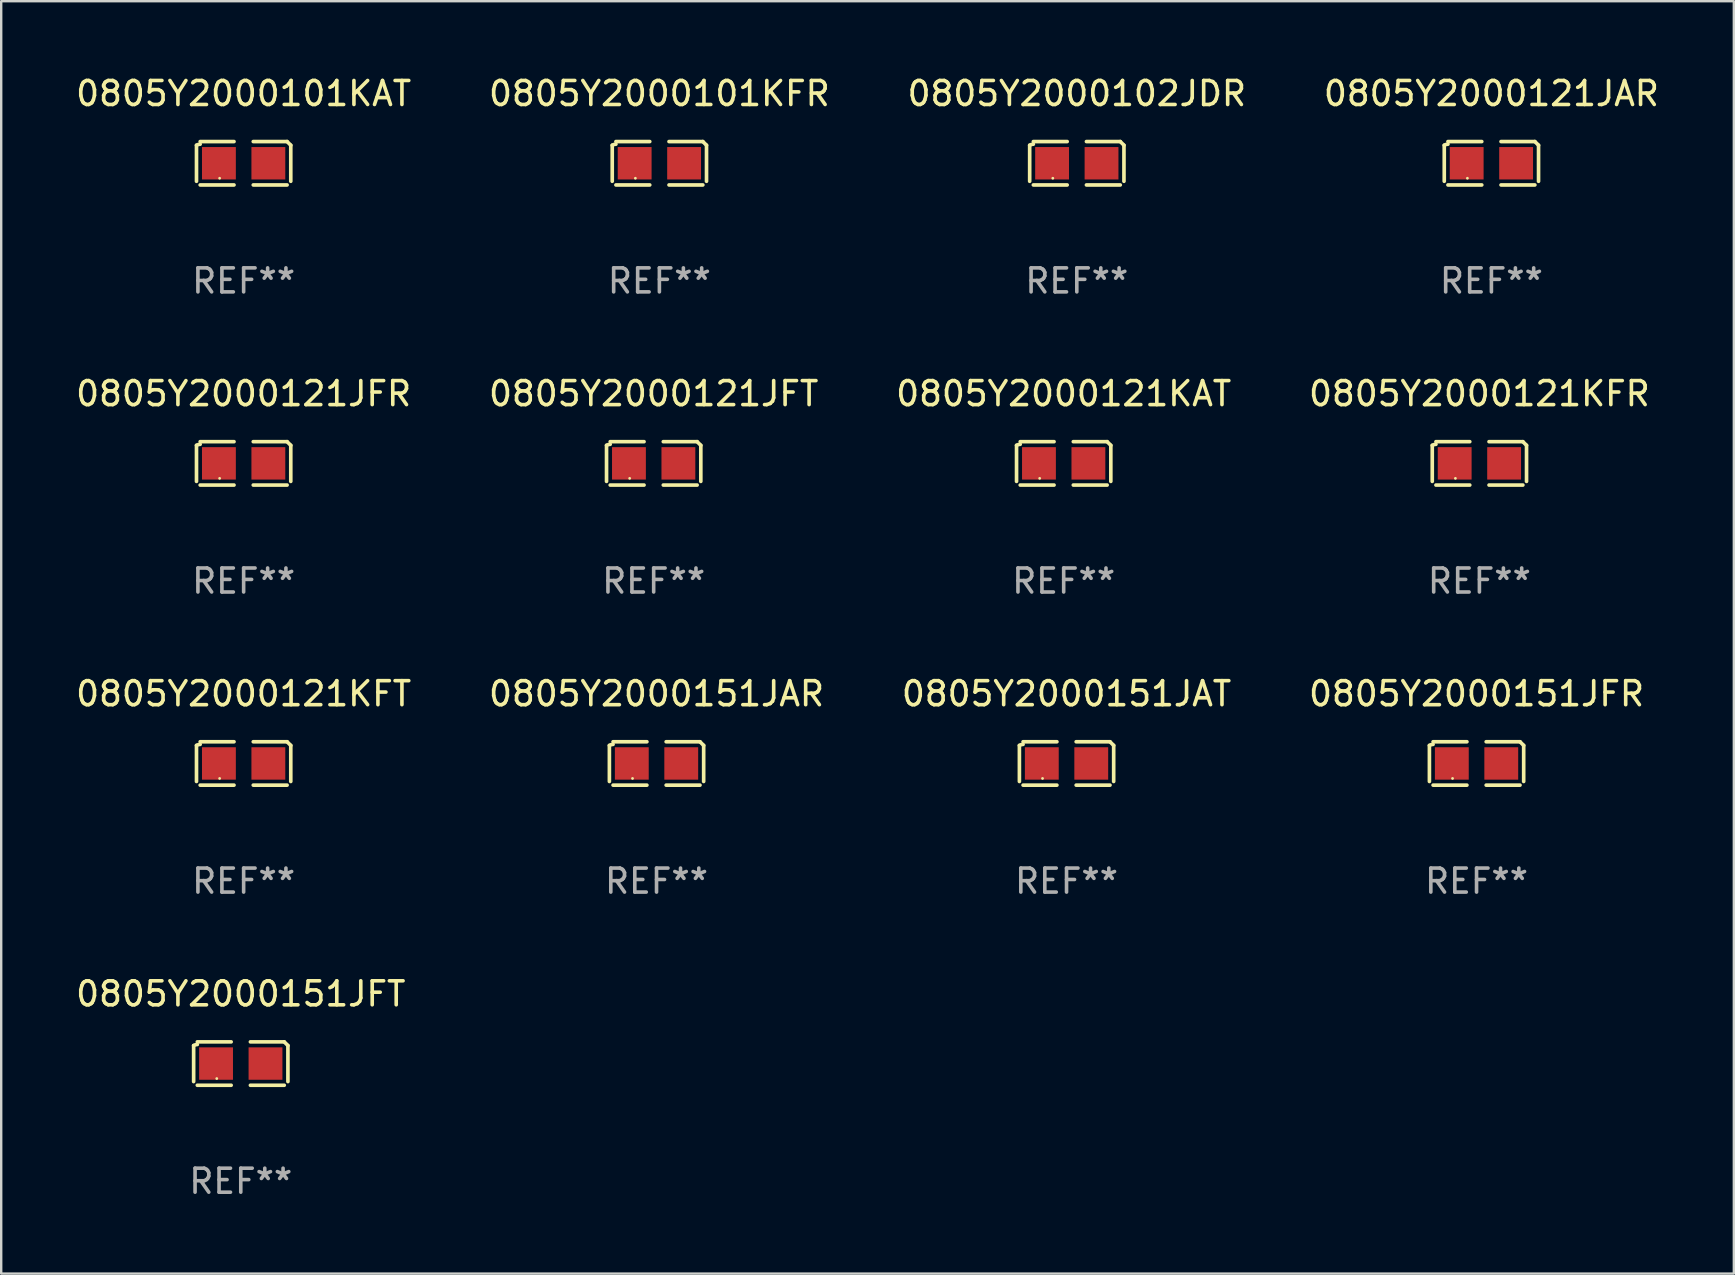
<source format=kicad_pcb>
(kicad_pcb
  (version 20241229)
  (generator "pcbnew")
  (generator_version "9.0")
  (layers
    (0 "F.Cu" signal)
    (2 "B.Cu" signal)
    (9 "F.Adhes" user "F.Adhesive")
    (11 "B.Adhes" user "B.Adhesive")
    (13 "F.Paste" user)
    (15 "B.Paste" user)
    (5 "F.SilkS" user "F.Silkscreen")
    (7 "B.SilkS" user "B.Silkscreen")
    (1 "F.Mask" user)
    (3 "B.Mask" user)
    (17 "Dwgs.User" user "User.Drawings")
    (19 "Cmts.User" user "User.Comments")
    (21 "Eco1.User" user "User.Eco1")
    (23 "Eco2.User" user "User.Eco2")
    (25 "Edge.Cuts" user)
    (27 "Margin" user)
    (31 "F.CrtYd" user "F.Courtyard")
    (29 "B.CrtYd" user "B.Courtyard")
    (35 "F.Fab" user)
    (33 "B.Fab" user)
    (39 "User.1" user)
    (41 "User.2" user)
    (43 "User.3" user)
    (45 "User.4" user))
  (footprint "0805Y2000101KAT"
    (layer "F.Cu")
    (at 7.101 3.752)
    (property "Reference" "0805Y2000101KAT" (at 0 -2.904 0) (layer "F.SilkS") (effects (font (size 1 1) (thickness 0.15))))
    (attr through_hole)
    (fp_line (start -1.964 0.751) (end -1.964 -0.751) (stroke (width 0.152) (type solid)) (layer "F.SilkS"))
    (fp_line (start -1.811 -0.904) (end -0.401 -0.904) (stroke (width 0.152) (type solid)) (layer "F.SilkS"))
    (fp_line (start -0.401 0.904) (end -1.811 0.904) (stroke (width 0.152) (type solid)) (layer "F.SilkS"))
    (fp_line (start 0.401 0.904) (end 1.811 0.904) (stroke (width 0.152) (type solid)) (layer "F.SilkS"))
    (fp_line (start 1.811 -0.904) (end 0.401 -0.904) (stroke (width 0.152) (type solid)) (layer "F.SilkS"))
    (fp_line (start 1.964 0.751) (end 1.964 -0.751) (stroke (width 0.152) (type solid)) (layer "F.SilkS"))
    (fp_arc (start -1.963602 -0.751207) (mid -1.890354 -0.783131) (end -1.811201 -0.794044) (stroke (width 0.1524) (type solid)) (layer "F.SilkS"))
    (fp_arc (start 1.811202 -0.903607) (mid 1.887413 -0.827418) (end 1.963602 -0.751207) (stroke (width 0.1524) (type solid)) (layer "F.SilkS"))
    (fp_circle (center -1 0.625) (end -0.97 0.625) (stroke (width 0.06) (type solid)) (fill no) (layer "F.SilkS"))
    (fp_text user "REF**" (at 0 4.904 0) (layer "F.Fab") (effects (font (size 1 1) (thickness 0.15))))
    (pad "1" smd rect (at -1.03 0) (size 1.41 1.35) (layers "F.Cu" "F.Mask" "F.Paste"))
    (pad "2" smd rect (at 1.03 0) (size 1.41 1.35) (layers "F.Cu" "F.Mask" "F.Paste")))
  (footprint "0805Y2000121JFT"
    (layer "F.Cu")
    (at 24.185 16.256)
    (property "Reference" "0805Y2000121JFT" (at 0 -2.904 0) (layer "F.SilkS") (effects (font (size 1 1) (thickness 0.15))))
    (attr through_hole)
    (fp_line (start -1.964 0.751) (end -1.964 -0.751) (stroke (width 0.152) (type solid)) (layer "F.SilkS"))
    (fp_line (start -1.811 -0.904) (end -0.401 -0.904) (stroke (width 0.152) (type solid)) (layer "F.SilkS"))
    (fp_line (start -0.401 0.904) (end -1.811 0.904) (stroke (width 0.152) (type solid)) (layer "F.SilkS"))
    (fp_line (start 0.401 0.904) (end 1.811 0.904) (stroke (width 0.152) (type solid)) (layer "F.SilkS"))
    (fp_line (start 1.811 -0.904) (end 0.401 -0.904) (stroke (width 0.152) (type solid)) (layer "F.SilkS"))
    (fp_line (start 1.964 0.751) (end 1.964 -0.751) (stroke (width 0.152) (type solid)) (layer "F.SilkS"))
    (fp_arc (start -1.963602 -0.751207) (mid -1.890354 -0.783131) (end -1.811201 -0.794044) (stroke (width 0.1524) (type solid)) (layer "F.SilkS"))
    (fp_arc (start 1.811202 -0.903607) (mid 1.887413 -0.827418) (end 1.963602 -0.751207) (stroke (width 0.1524) (type solid)) (layer "F.SilkS"))
    (fp_circle (center -1 0.625) (end -0.97 0.625) (stroke (width 0.06) (type solid)) (fill no) (layer "F.SilkS"))
    (fp_text user "REF**" (at 0 4.904 0) (layer "F.Fab") (effects (font (size 1 1) (thickness 0.15))))
    (pad "1" smd rect (at -1.03 0) (size 1.41 1.35) (layers "F.Cu" "F.Mask" "F.Paste"))
    (pad "2" smd rect (at 1.03 0) (size 1.41 1.35) (layers "F.Cu" "F.Mask" "F.Paste")))
  (footprint "0805Y2000102JDR"
    (layer "F.Cu")
    (at 41.815 3.752)
    (property "Reference" "0805Y2000102JDR" (at 0 -2.904 0) (layer "F.SilkS") (effects (font (size 1 1) (thickness 0.15))))
    (attr through_hole)
    (fp_line (start -1.964 0.751) (end -1.964 -0.751) (stroke (width 0.152) (type solid)) (layer "F.SilkS"))
    (fp_line (start -1.811 -0.904) (end -0.401 -0.904) (stroke (width 0.152) (type solid)) (layer "F.SilkS"))
    (fp_line (start -0.401 0.904) (end -1.811 0.904) (stroke (width 0.152) (type solid)) (layer "F.SilkS"))
    (fp_line (start 0.401 0.904) (end 1.811 0.904) (stroke (width 0.152) (type solid)) (layer "F.SilkS"))
    (fp_line (start 1.811 -0.904) (end 0.401 -0.904) (stroke (width 0.152) (type solid)) (layer "F.SilkS"))
    (fp_line (start 1.964 0.751) (end 1.964 -0.751) (stroke (width 0.152) (type solid)) (layer "F.SilkS"))
    (fp_arc (start -1.963602 -0.751207) (mid -1.890354 -0.783131) (end -1.811201 -0.794044) (stroke (width 0.1524) (type solid)) (layer "F.SilkS"))
    (fp_arc (start 1.811202 -0.903607) (mid 1.887413 -0.827418) (end 1.963602 -0.751207) (stroke (width 0.1524) (type solid)) (layer "F.SilkS"))
    (fp_circle (center -1 0.625) (end -0.97 0.625) (stroke (width 0.06) (type solid)) (fill no) (layer "F.SilkS"))
    (fp_text user "REF**" (at 0 4.904 0) (layer "F.Fab") (effects (font (size 1 1) (thickness 0.15))))
    (pad "1" smd rect (at -1.03 0) (size 1.41 1.35) (layers "F.Cu" "F.Mask" "F.Paste"))
    (pad "2" smd rect (at 1.03 0) (size 1.41 1.35) (layers "F.Cu" "F.Mask" "F.Paste")))
  (footprint "0805Y2000151JAR"
    (layer "F.Cu")
    (at 24.304 28.759)
    (property "Reference" "0805Y2000151JAR" (at 0 -2.904 0) (layer "F.SilkS") (effects (font (size 1 1) (thickness 0.15))))
    (attr through_hole)
    (fp_line (start -1.964 0.751) (end -1.964 -0.751) (stroke (width 0.152) (type solid)) (layer "F.SilkS"))
    (fp_line (start -1.811 -0.904) (end -0.401 -0.904) (stroke (width 0.152) (type solid)) (layer "F.SilkS"))
    (fp_line (start -0.401 0.904) (end -1.811 0.904) (stroke (width 0.152) (type solid)) (layer "F.SilkS"))
    (fp_line (start 0.401 0.904) (end 1.811 0.904) (stroke (width 0.152) (type solid)) (layer "F.SilkS"))
    (fp_line (start 1.811 -0.904) (end 0.401 -0.904) (stroke (width 0.152) (type solid)) (layer "F.SilkS"))
    (fp_line (start 1.964 0.751) (end 1.964 -0.751) (stroke (width 0.152) (type solid)) (layer "F.SilkS"))
    (fp_arc (start -1.963602 -0.751207) (mid -1.890354 -0.783131) (end -1.811201 -0.794044) (stroke (width 0.1524) (type solid)) (layer "F.SilkS"))
    (fp_arc (start 1.811202 -0.903607) (mid 1.887413 -0.827418) (end 1.963602 -0.751207) (stroke (width 0.1524) (type solid)) (layer "F.SilkS"))
    (fp_circle (center -1 0.625) (end -0.97 0.625) (stroke (width 0.06) (type solid)) (fill no) (layer "F.SilkS"))
    (fp_text user "REF**" (at 0 4.904 0) (layer "F.Fab") (effects (font (size 1 1) (thickness 0.15))))
    (pad "1" smd rect (at -1.03 0) (size 1.41 1.35) (layers "F.Cu" "F.Mask" "F.Paste"))
    (pad "2" smd rect (at 1.03 0) (size 1.41 1.35) (layers "F.Cu" "F.Mask" "F.Paste")))
  (footprint "0805Y2000151JFR"
    (layer "F.Cu")
    (at 58.47 28.759)
    (property "Reference" "0805Y2000151JFR" (at 0 -2.904 0) (layer "F.SilkS") (effects (font (size 1 1) (thickness 0.15))))
    (attr through_hole)
    (fp_line (start -1.964 0.751) (end -1.964 -0.751) (stroke (width 0.152) (type solid)) (layer "F.SilkS"))
    (fp_line (start -1.811 -0.904) (end -0.401 -0.904) (stroke (width 0.152) (type solid)) (layer "F.SilkS"))
    (fp_line (start -0.401 0.904) (end -1.811 0.904) (stroke (width 0.152) (type solid)) (layer "F.SilkS"))
    (fp_line (start 0.401 0.904) (end 1.811 0.904) (stroke (width 0.152) (type solid)) (layer "F.SilkS"))
    (fp_line (start 1.811 -0.904) (end 0.401 -0.904) (stroke (width 0.152) (type solid)) (layer "F.SilkS"))
    (fp_line (start 1.964 0.751) (end 1.964 -0.751) (stroke (width 0.152) (type solid)) (layer "F.SilkS"))
    (fp_arc (start -1.963602 -0.751207) (mid -1.890354 -0.783131) (end -1.811201 -0.794044) (stroke (width 0.1524) (type solid)) (layer "F.SilkS"))
    (fp_arc (start 1.811202 -0.903607) (mid 1.887413 -0.827418) (end 1.963602 -0.751207) (stroke (width 0.1524) (type solid)) (layer "F.SilkS"))
    (fp_circle (center -1 0.625) (end -0.97 0.625) (stroke (width 0.06) (type solid)) (fill no) (layer "F.SilkS"))
    (fp_text user "REF**" (at 0 4.904 0) (layer "F.Fab") (effects (font (size 1 1) (thickness 0.15))))
    (pad "1" smd rect (at -1.03 0) (size 1.41 1.35) (layers "F.Cu" "F.Mask" "F.Paste"))
    (pad "2" smd rect (at 1.03 0) (size 1.41 1.35) (layers "F.Cu" "F.Mask" "F.Paste")))
  (footprint "0805Y2000121JFR"
    (layer "F.Cu")
    (at 7.101 16.256)
    (property "Reference" "0805Y2000121JFR" (at 0 -2.904 0) (layer "F.SilkS") (effects (font (size 1 1) (thickness 0.15))))
    (attr through_hole)
    (fp_line (start -1.964 0.751) (end -1.964 -0.751) (stroke (width 0.152) (type solid)) (layer "F.SilkS"))
    (fp_line (start -1.811 -0.904) (end -0.401 -0.904) (stroke (width 0.152) (type solid)) (layer "F.SilkS"))
    (fp_line (start -0.401 0.904) (end -1.811 0.904) (stroke (width 0.152) (type solid)) (layer "F.SilkS"))
    (fp_line (start 0.401 0.904) (end 1.811 0.904) (stroke (width 0.152) (type solid)) (layer "F.SilkS"))
    (fp_line (start 1.811 -0.904) (end 0.401 -0.904) (stroke (width 0.152) (type solid)) (layer "F.SilkS"))
    (fp_line (start 1.964 0.751) (end 1.964 -0.751) (stroke (width 0.152) (type solid)) (layer "F.SilkS"))
    (fp_arc (start -1.963602 -0.751207) (mid -1.890354 -0.783131) (end -1.811201 -0.794044) (stroke (width 0.1524) (type solid)) (layer "F.SilkS"))
    (fp_arc (start 1.811202 -0.903607) (mid 1.887413 -0.827418) (end 1.963602 -0.751207) (stroke (width 0.1524) (type solid)) (layer "F.SilkS"))
    (fp_circle (center -1 0.625) (end -0.97 0.625) (stroke (width 0.06) (type solid)) (fill no) (layer "F.SilkS"))
    (fp_text user "REF**" (at 0 4.904 0) (layer "F.Fab") (effects (font (size 1 1) (thickness 0.15))))
    (pad "1" smd rect (at -1.03 0) (size 1.41 1.35) (layers "F.Cu" "F.Mask" "F.Paste"))
    (pad "2" smd rect (at 1.03 0) (size 1.41 1.35) (layers "F.Cu" "F.Mask" "F.Paste")))
  (footprint "0805Y2000121KFT"
    (layer "F.Cu")
    (at 7.101 28.759)
    (property "Reference" "0805Y2000121KFT" (at 0 -2.904 0) (layer "F.SilkS") (effects (font (size 1 1) (thickness 0.15))))
    (attr through_hole)
    (fp_line (start -1.964 0.751) (end -1.964 -0.751) (stroke (width 0.152) (type solid)) (layer "F.SilkS"))
    (fp_line (start -1.811 -0.904) (end -0.401 -0.904) (stroke (width 0.152) (type solid)) (layer "F.SilkS"))
    (fp_line (start -0.401 0.904) (end -1.811 0.904) (stroke (width 0.152) (type solid)) (layer "F.SilkS"))
    (fp_line (start 0.401 0.904) (end 1.811 0.904) (stroke (width 0.152) (type solid)) (layer "F.SilkS"))
    (fp_line (start 1.811 -0.904) (end 0.401 -0.904) (stroke (width 0.152) (type solid)) (layer "F.SilkS"))
    (fp_line (start 1.964 0.751) (end 1.964 -0.751) (stroke (width 0.152) (type solid)) (layer "F.SilkS"))
    (fp_arc (start -1.963602 -0.751207) (mid -1.890354 -0.783131) (end -1.811201 -0.794044) (stroke (width 0.1524) (type solid)) (layer "F.SilkS"))
    (fp_arc (start 1.811202 -0.903607) (mid 1.887413 -0.827418) (end 1.963602 -0.751207) (stroke (width 0.1524) (type solid)) (layer "F.SilkS"))
    (fp_circle (center -1 0.625) (end -0.97 0.625) (stroke (width 0.06) (type solid)) (fill no) (layer "F.SilkS"))
    (fp_text user "REF**" (at 0 4.904 0) (layer "F.Fab") (effects (font (size 1 1) (thickness 0.15))))
    (pad "1" smd rect (at -1.03 0) (size 1.41 1.35) (layers "F.Cu" "F.Mask" "F.Paste"))
    (pad "2" smd rect (at 1.03 0) (size 1.41 1.35) (layers "F.Cu" "F.Mask" "F.Paste")))
  (footprint "0805Y2000121KAT"
    (layer "F.Cu")
    (at 41.268 16.256)
    (property "Reference" "0805Y2000121KAT" (at 0 -2.904 0) (layer "F.SilkS") (effects (font (size 1 1) (thickness 0.15))))
    (attr through_hole)
    (fp_line (start -1.964 0.751) (end -1.964 -0.751) (stroke (width 0.152) (type solid)) (layer "F.SilkS"))
    (fp_line (start -1.811 -0.904) (end -0.401 -0.904) (stroke (width 0.152) (type solid)) (layer "F.SilkS"))
    (fp_line (start -0.401 0.904) (end -1.811 0.904) (stroke (width 0.152) (type solid)) (layer "F.SilkS"))
    (fp_line (start 0.401 0.904) (end 1.811 0.904) (stroke (width 0.152) (type solid)) (layer "F.SilkS"))
    (fp_line (start 1.811 -0.904) (end 0.401 -0.904) (stroke (width 0.152) (type solid)) (layer "F.SilkS"))
    (fp_line (start 1.964 0.751) (end 1.964 -0.751) (stroke (width 0.152) (type solid)) (layer "F.SilkS"))
    (fp_arc (start -1.963602 -0.751207) (mid -1.890354 -0.783131) (end -1.811201 -0.794044) (stroke (width 0.1524) (type solid)) (layer "F.SilkS"))
    (fp_arc (start 1.811202 -0.903607) (mid 1.887413 -0.827418) (end 1.963602 -0.751207) (stroke (width 0.1524) (type solid)) (layer "F.SilkS"))
    (fp_circle (center -1 0.625) (end -0.97 0.625) (stroke (width 0.06) (type solid)) (fill no) (layer "F.SilkS"))
    (fp_text user "REF**" (at 0 4.904 0) (layer "F.Fab") (effects (font (size 1 1) (thickness 0.15))))
    (pad "1" smd rect (at -1.03 0) (size 1.41 1.35) (layers "F.Cu" "F.Mask" "F.Paste"))
    (pad "2" smd rect (at 1.03 0) (size 1.41 1.35) (layers "F.Cu" "F.Mask" "F.Paste")))
  (footprint "0805Y2000101KFR"
    (layer "F.Cu")
    (at 24.423 3.752)
    (property "Reference" "0805Y2000101KFR" (at 0 -2.904 0) (layer "F.SilkS") (effects (font (size 1 1) (thickness 0.15))))
    (attr through_hole)
    (fp_line (start -1.964 0.751) (end -1.964 -0.751) (stroke (width 0.152) (type solid)) (layer "F.SilkS"))
    (fp_line (start -1.811 -0.904) (end -0.401 -0.904) (stroke (width 0.152) (type solid)) (layer "F.SilkS"))
    (fp_line (start -0.401 0.904) (end -1.811 0.904) (stroke (width 0.152) (type solid)) (layer "F.SilkS"))
    (fp_line (start 0.401 0.904) (end 1.811 0.904) (stroke (width 0.152) (type solid)) (layer "F.SilkS"))
    (fp_line (start 1.811 -0.904) (end 0.401 -0.904) (stroke (width 0.152) (type solid)) (layer "F.SilkS"))
    (fp_line (start 1.964 0.751) (end 1.964 -0.751) (stroke (width 0.152) (type solid)) (layer "F.SilkS"))
    (fp_arc (start -1.963602 -0.751207) (mid -1.890354 -0.783131) (end -1.811201 -0.794044) (stroke (width 0.1524) (type solid)) (layer "F.SilkS"))
    (fp_arc (start 1.811202 -0.903607) (mid 1.887413 -0.827418) (end 1.963602 -0.751207) (stroke (width 0.1524) (type solid)) (layer "F.SilkS"))
    (fp_circle (center -1 0.625) (end -0.97 0.625) (stroke (width 0.06) (type solid)) (fill no) (layer "F.SilkS"))
    (fp_text user "REF**" (at 0 4.904 0) (layer "F.Fab") (effects (font (size 1 1) (thickness 0.15))))
    (pad "1" smd rect (at -1.03 0) (size 1.41 1.35) (layers "F.Cu" "F.Mask" "F.Paste"))
    (pad "2" smd rect (at 1.03 0) (size 1.41 1.35) (layers "F.Cu" "F.Mask" "F.Paste")))
  (footprint "0805Y2000121JAR"
    (layer "F.Cu")
    (at 59.089 3.752)
    (property "Reference" "0805Y2000121JAR" (at 0 -2.904 0) (layer "F.SilkS") (effects (font (size 1 1) (thickness 0.15))))
    (attr through_hole)
    (fp_line (start -1.964 0.751) (end -1.964 -0.751) (stroke (width 0.152) (type solid)) (layer "F.SilkS"))
    (fp_line (start -1.811 -0.904) (end -0.401 -0.904) (stroke (width 0.152) (type solid)) (layer "F.SilkS"))
    (fp_line (start -0.401 0.904) (end -1.811 0.904) (stroke (width 0.152) (type solid)) (layer "F.SilkS"))
    (fp_line (start 0.401 0.904) (end 1.811 0.904) (stroke (width 0.152) (type solid)) (layer "F.SilkS"))
    (fp_line (start 1.811 -0.904) (end 0.401 -0.904) (stroke (width 0.152) (type solid)) (layer "F.SilkS"))
    (fp_line (start 1.964 0.751) (end 1.964 -0.751) (stroke (width 0.152) (type solid)) (layer "F.SilkS"))
    (fp_arc (start -1.963602 -0.751207) (mid -1.890354 -0.783131) (end -1.811201 -0.794044) (stroke (width 0.1524) (type solid)) (layer "F.SilkS"))
    (fp_arc (start 1.811202 -0.903607) (mid 1.887413 -0.827418) (end 1.963602 -0.751207) (stroke (width 0.1524) (type solid)) (layer "F.SilkS"))
    (fp_circle (center -1 0.625) (end -0.97 0.625) (stroke (width 0.06) (type solid)) (fill no) (layer "F.SilkS"))
    (fp_text user "REF**" (at 0 4.904 0) (layer "F.Fab") (effects (font (size 1 1) (thickness 0.15))))
    (pad "1" smd rect (at -1.03 0) (size 1.41 1.35) (layers "F.Cu" "F.Mask" "F.Paste"))
    (pad "2" smd rect (at 1.03 0) (size 1.41 1.35) (layers "F.Cu" "F.Mask" "F.Paste")))
  (footprint "0805Y2000151JAT"
    (layer "F.Cu")
    (at 41.387 28.759)
    (property "Reference" "0805Y2000151JAT" (at 0 -2.904 0) (layer "F.SilkS") (effects (font (size 1 1) (thickness 0.15))))
    (attr through_hole)
    (fp_line (start -1.964 0.751) (end -1.964 -0.751) (stroke (width 0.152) (type solid)) (layer "F.SilkS"))
    (fp_line (start -1.811 -0.904) (end -0.401 -0.904) (stroke (width 0.152) (type solid)) (layer "F.SilkS"))
    (fp_line (start -0.401 0.904) (end -1.811 0.904) (stroke (width 0.152) (type solid)) (layer "F.SilkS"))
    (fp_line (start 0.401 0.904) (end 1.811 0.904) (stroke (width 0.152) (type solid)) (layer "F.SilkS"))
    (fp_line (start 1.811 -0.904) (end 0.401 -0.904) (stroke (width 0.152) (type solid)) (layer "F.SilkS"))
    (fp_line (start 1.964 0.751) (end 1.964 -0.751) (stroke (width 0.152) (type solid)) (layer "F.SilkS"))
    (fp_arc (start -1.963602 -0.751207) (mid -1.890354 -0.783131) (end -1.811201 -0.794044) (stroke (width 0.1524) (type solid)) (layer "F.SilkS"))
    (fp_arc (start 1.811202 -0.903607) (mid 1.887413 -0.827418) (end 1.963602 -0.751207) (stroke (width 0.1524) (type solid)) (layer "F.SilkS"))
    (fp_circle (center -1 0.625) (end -0.97 0.625) (stroke (width 0.06) (type solid)) (fill no) (layer "F.SilkS"))
    (fp_text user "REF**" (at 0 4.904 0) (layer "F.Fab") (effects (font (size 1 1) (thickness 0.15))))
    (pad "1" smd rect (at -1.03 0) (size 1.41 1.35) (layers "F.Cu" "F.Mask" "F.Paste"))
    (pad "2" smd rect (at 1.03 0) (size 1.41 1.35) (layers "F.Cu" "F.Mask" "F.Paste")))
  (footprint "0805Y2000151JFT"
    (layer "F.Cu")
    (at 6.982 41.263)
    (property "Reference" "0805Y2000151JFT" (at 0 -2.904 0) (layer "F.SilkS") (effects (font (size 1 1) (thickness 0.15))))
    (attr through_hole)
    (fp_line (start -1.964 0.751) (end -1.964 -0.751) (stroke (width 0.152) (type solid)) (layer "F.SilkS"))
    (fp_line (start -1.811 -0.904) (end -0.401 -0.904) (stroke (width 0.152) (type solid)) (layer "F.SilkS"))
    (fp_line (start -0.401 0.904) (end -1.811 0.904) (stroke (width 0.152) (type solid)) (layer "F.SilkS"))
    (fp_line (start 0.401 0.904) (end 1.811 0.904) (stroke (width 0.152) (type solid)) (layer "F.SilkS"))
    (fp_line (start 1.811 -0.904) (end 0.401 -0.904) (stroke (width 0.152) (type solid)) (layer "F.SilkS"))
    (fp_line (start 1.964 0.751) (end 1.964 -0.751) (stroke (width 0.152) (type solid)) (layer "F.SilkS"))
    (fp_arc (start -1.963602 -0.751207) (mid -1.890354 -0.783131) (end -1.811201 -0.794044) (stroke (width 0.1524) (type solid)) (layer "F.SilkS"))
    (fp_arc (start 1.811202 -0.903607) (mid 1.887413 -0.827418) (end 1.963602 -0.751207) (stroke (width 0.1524) (type solid)) (layer "F.SilkS"))
    (fp_circle (center -1 0.625) (end -0.97 0.625) (stroke (width 0.06) (type solid)) (fill no) (layer "F.SilkS"))
    (fp_text user "REF**" (at 0 4.904 0) (layer "F.Fab") (effects (font (size 1 1) (thickness 0.15))))
    (pad "1" smd rect (at -1.03 0) (size 1.41 1.35) (layers "F.Cu" "F.Mask" "F.Paste"))
    (pad "2" smd rect (at 1.03 0) (size 1.41 1.35) (layers "F.Cu" "F.Mask" "F.Paste")))
  (footprint "0805Y2000121KFR"
    (layer "F.Cu")
    (at 58.589 16.256)
    (property "Reference" "0805Y2000121KFR" (at 0 -2.904 0) (layer "F.SilkS") (effects (font (size 1 1) (thickness 0.15))))
    (attr through_hole)
    (fp_line (start -1.964 0.751) (end -1.964 -0.751) (stroke (width 0.152) (type solid)) (layer "F.SilkS"))
    (fp_line (start -1.811 -0.904) (end -0.401 -0.904) (stroke (width 0.152) (type solid)) (layer "F.SilkS"))
    (fp_line (start -0.401 0.904) (end -1.811 0.904) (stroke (width 0.152) (type solid)) (layer "F.SilkS"))
    (fp_line (start 0.401 0.904) (end 1.811 0.904) (stroke (width 0.152) (type solid)) (layer "F.SilkS"))
    (fp_line (start 1.811 -0.904) (end 0.401 -0.904) (stroke (width 0.152) (type solid)) (layer "F.SilkS"))
    (fp_line (start 1.964 0.751) (end 1.964 -0.751) (stroke (width 0.152) (type solid)) (layer "F.SilkS"))
    (fp_arc (start -1.963602 -0.751207) (mid -1.890354 -0.783131) (end -1.811201 -0.794044) (stroke (width 0.1524) (type solid)) (layer "F.SilkS"))
    (fp_arc (start 1.811202 -0.903607) (mid 1.887413 -0.827418) (end 1.963602 -0.751207) (stroke (width 0.1524) (type solid)) (layer "F.SilkS"))
    (fp_circle (center -1 0.625) (end -0.97 0.625) (stroke (width 0.06) (type solid)) (fill no) (layer "F.SilkS"))
    (fp_text user "REF**" (at 0 4.904 0) (layer "F.Fab") (effects (font (size 1 1) (thickness 0.15))))
    (pad "1" smd rect (at -1.03 0) (size 1.41 1.35) (layers "F.Cu" "F.Mask" "F.Paste"))
    (pad "2" smd rect (at 1.03 0) (size 1.41 1.35) (layers "F.Cu" "F.Mask" "F.Paste")))
  (gr_rect
    (start -3 -3)
    (end 69.19 50.015)
    (stroke (width 0.1) (type default))
    (fill no)
    (layer "Edge.Cuts")))
</source>
